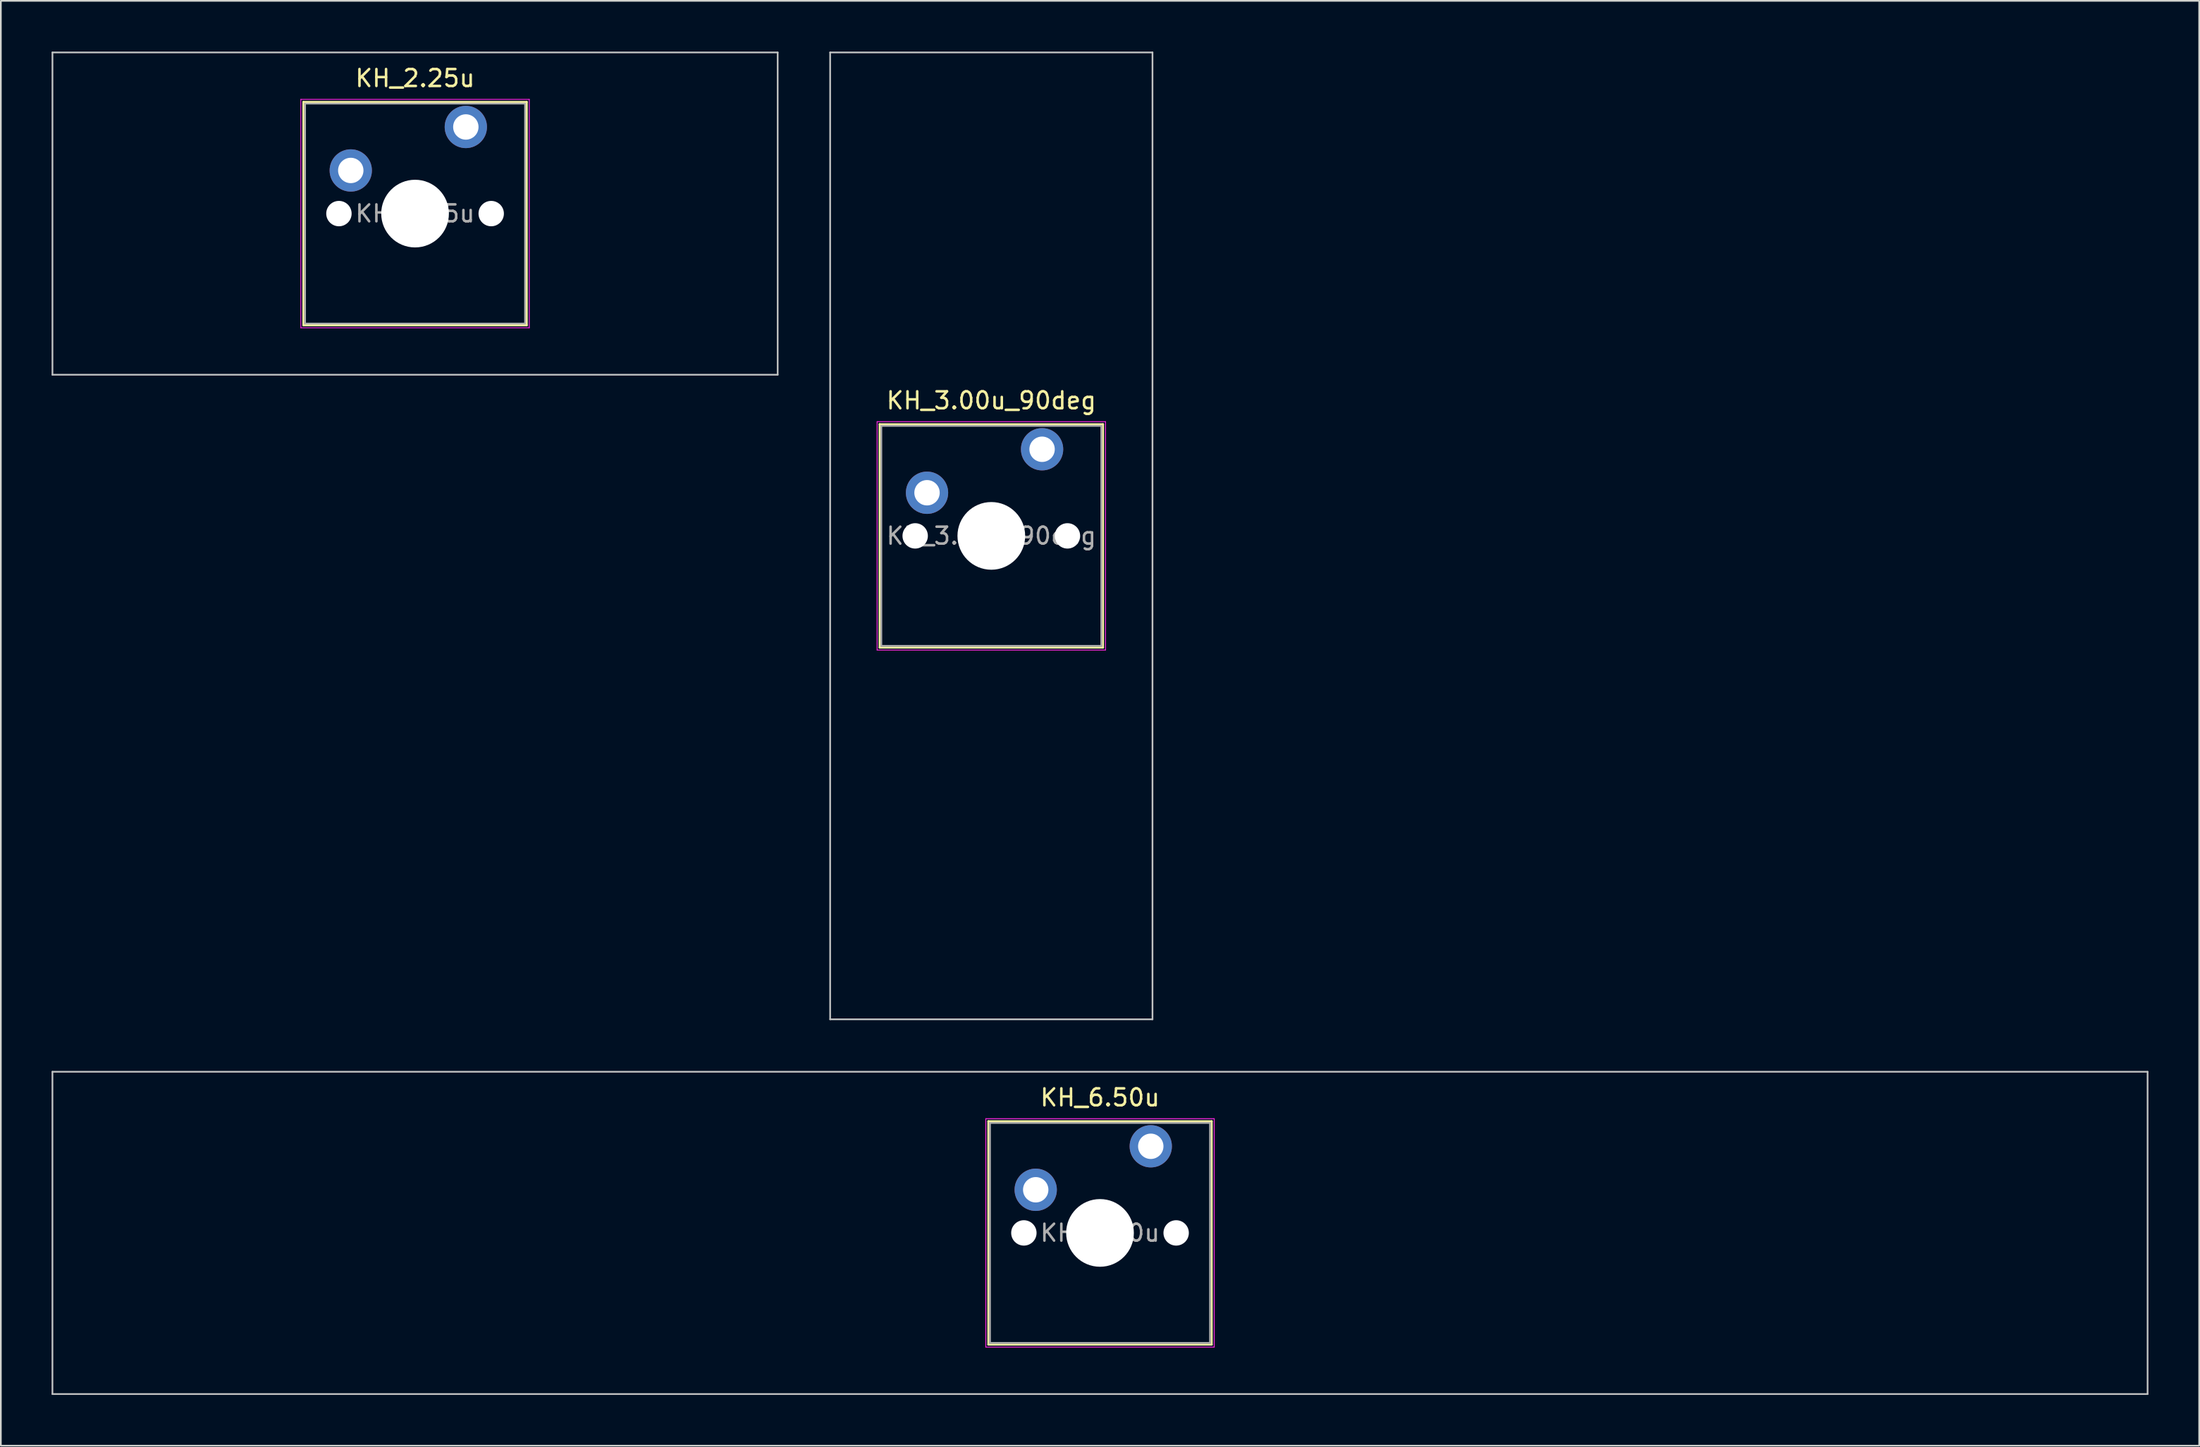
<source format=kicad_pcb>
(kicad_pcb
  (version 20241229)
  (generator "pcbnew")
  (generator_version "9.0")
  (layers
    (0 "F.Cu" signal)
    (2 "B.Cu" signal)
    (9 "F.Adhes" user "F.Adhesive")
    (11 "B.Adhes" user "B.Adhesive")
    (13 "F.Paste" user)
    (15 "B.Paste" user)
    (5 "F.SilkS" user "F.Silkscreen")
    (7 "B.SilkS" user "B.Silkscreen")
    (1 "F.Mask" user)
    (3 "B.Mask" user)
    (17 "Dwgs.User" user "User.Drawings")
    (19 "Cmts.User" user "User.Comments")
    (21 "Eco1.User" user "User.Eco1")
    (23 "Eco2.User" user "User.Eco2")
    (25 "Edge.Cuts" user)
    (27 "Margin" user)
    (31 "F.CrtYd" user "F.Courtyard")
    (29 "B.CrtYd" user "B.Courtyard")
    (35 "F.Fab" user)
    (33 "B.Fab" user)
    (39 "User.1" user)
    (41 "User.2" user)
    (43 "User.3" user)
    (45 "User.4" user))
  (footprint "KH_6.50u"
    (layer "F.Cu")
    (at 61.962 69.825)
    (property "Reference" "KH_6.50u" (at 0 -8 0) (layer "F.SilkS") (effects (font (size 1 1) (thickness 0.15))))
    (attr through_hole)
    (fp_line (start -6.6 -6.6) (end -6.6 6.6) (stroke (width 0.12) (type solid)) (layer "F.SilkS"))
    (fp_line (start -6.6 6.6) (end 6.6 6.6) (stroke (width 0.12) (type solid)) (layer "F.SilkS"))
    (fp_line (start 6.6 -6.6) (end -6.6 -6.6) (stroke (width 0.12) (type solid)) (layer "F.SilkS"))
    (fp_line (start 6.6 6.6) (end 6.6 -6.6) (stroke (width 0.12) (type solid)) (layer "F.SilkS"))
    (fp_line (start -61.913 -9.525) (end -61.913 9.525) (stroke (width 0.1) (type solid)) (layer "Dwgs.User"))
    (fp_line (start -61.913 9.525) (end 61.913 9.525) (stroke (width 0.1) (type solid)) (layer "Dwgs.User"))
    (fp_line (start 61.913 -9.525) (end -61.913 -9.525) (stroke (width 0.1) (type solid)) (layer "Dwgs.User"))
    (fp_line (start 61.913 9.525) (end 61.913 -9.525) (stroke (width 0.1) (type solid)) (layer "Dwgs.User"))
    (fp_line (start -6.1 -6.1) (end -6.1 6.1) (stroke (width 0.1) (type solid)) (layer "Eco1.User"))
    (fp_line (start -6.1 6.1) (end 6.1 6.1) (stroke (width 0.1) (type solid)) (layer "Eco1.User"))
    (fp_line (start 6.1 -6.1) (end -6.1 -6.1) (stroke (width 0.1) (type solid)) (layer "Eco1.User"))
    (fp_line (start 6.1 6.1) (end 6.1 -6.1) (stroke (width 0.1) (type solid)) (layer "Eco1.User"))
    (fp_line (start -6.75 -6.75) (end -6.75 6.75) (stroke (width 0.05) (type solid)) (layer "F.CrtYd"))
    (fp_line (start -6.75 6.75) (end 6.75 6.75) (stroke (width 0.05) (type solid)) (layer "F.CrtYd"))
    (fp_line (start 6.75 -6.75) (end -6.75 -6.75) (stroke (width 0.05) (type solid)) (layer "F.CrtYd"))
    (fp_line (start 6.75 6.75) (end 6.75 -6.75) (stroke (width 0.05) (type solid)) (layer "F.CrtYd"))
    (fp_line (start -6.5 -6.5) (end -6.5 6.5) (stroke (width 0.1) (type solid)) (layer "F.Fab"))
    (fp_line (start -6.5 6.5) (end 6.5 6.5) (stroke (width 0.1) (type solid)) (layer "F.Fab"))
    (fp_line (start 6.5 -6.5) (end -6.5 -6.5) (stroke (width 0.1) (type solid)) (layer "F.Fab"))
    (fp_line (start 6.5 6.5) (end 6.5 -6.5) (stroke (width 0.1) (type solid)) (layer "F.Fab"))
    (fp_text user "${REFERENCE}" (at 0 0 0) (layer "F.Fab") (effects (font (size 1 1) (thickness 0.15))))
    (pad "" np_thru_hole circle (at -4.5 0) (size 1.5 1.5) (drill 1.5) (layers "*.Cu" "*.Mask"))
    (pad "" np_thru_hole circle (at 0 0) (size 4 4) (drill 4) (layers "*.Cu" "*.Mask"))
    (pad "" np_thru_hole circle (at 4.5 0) (size 1.5 1.5) (drill 1.5) (layers "*.Cu" "*.Mask"))
    (pad "1" thru_hole circle (at -3.8 -2.55) (size 2.5 2.5) (drill 1.5) (layers "*.Cu" "*.Mask"))
    (pad "2" thru_hole circle (at 3 -5.12) (size 2.5 2.5) (drill 1.5) (layers "*.Cu" "*.Mask")))
  (footprint "KH_2.25u"
    (layer "F.Cu")
    (at 21.481 9.575)
    (property "Reference" "KH_2.25u" (at 0 -8 0) (layer "F.SilkS") (effects (font (size 1 1) (thickness 0.15))))
    (attr through_hole)
    (fp_line (start -6.6 -6.6) (end -6.6 6.6) (stroke (width 0.12) (type solid)) (layer "F.SilkS"))
    (fp_line (start -6.6 6.6) (end 6.6 6.6) (stroke (width 0.12) (type solid)) (layer "F.SilkS"))
    (fp_line (start 6.6 -6.6) (end -6.6 -6.6) (stroke (width 0.12) (type solid)) (layer "F.SilkS"))
    (fp_line (start 6.6 6.6) (end 6.6 -6.6) (stroke (width 0.12) (type solid)) (layer "F.SilkS"))
    (fp_line (start -21.431 -9.525) (end -21.431 9.525) (stroke (width 0.1) (type solid)) (layer "Dwgs.User"))
    (fp_line (start -21.431 9.525) (end 21.431 9.525) (stroke (width 0.1) (type solid)) (layer "Dwgs.User"))
    (fp_line (start 21.431 -9.525) (end -21.431 -9.525) (stroke (width 0.1) (type solid)) (layer "Dwgs.User"))
    (fp_line (start 21.431 9.525) (end 21.431 -9.525) (stroke (width 0.1) (type solid)) (layer "Dwgs.User"))
    (fp_line (start -6.1 -6.1) (end -6.1 6.1) (stroke (width 0.1) (type solid)) (layer "Eco1.User"))
    (fp_line (start -6.1 6.1) (end 6.1 6.1) (stroke (width 0.1) (type solid)) (layer "Eco1.User"))
    (fp_line (start 6.1 -6.1) (end -6.1 -6.1) (stroke (width 0.1) (type solid)) (layer "Eco1.User"))
    (fp_line (start 6.1 6.1) (end 6.1 -6.1) (stroke (width 0.1) (type solid)) (layer "Eco1.User"))
    (fp_line (start -6.75 -6.75) (end -6.75 6.75) (stroke (width 0.05) (type solid)) (layer "F.CrtYd"))
    (fp_line (start -6.75 6.75) (end 6.75 6.75) (stroke (width 0.05) (type solid)) (layer "F.CrtYd"))
    (fp_line (start 6.75 -6.75) (end -6.75 -6.75) (stroke (width 0.05) (type solid)) (layer "F.CrtYd"))
    (fp_line (start 6.75 6.75) (end 6.75 -6.75) (stroke (width 0.05) (type solid)) (layer "F.CrtYd"))
    (fp_line (start -6.5 -6.5) (end -6.5 6.5) (stroke (width 0.1) (type solid)) (layer "F.Fab"))
    (fp_line (start -6.5 6.5) (end 6.5 6.5) (stroke (width 0.1) (type solid)) (layer "F.Fab"))
    (fp_line (start 6.5 -6.5) (end -6.5 -6.5) (stroke (width 0.1) (type solid)) (layer "F.Fab"))
    (fp_line (start 6.5 6.5) (end 6.5 -6.5) (stroke (width 0.1) (type solid)) (layer "F.Fab"))
    (fp_text user "${REFERENCE}" (at 0 0 0) (layer "F.Fab") (effects (font (size 1 1) (thickness 0.15))))
    (pad "" np_thru_hole circle (at -4.5 0) (size 1.5 1.5) (drill 1.5) (layers "*.Cu" "*.Mask"))
    (pad "" np_thru_hole circle (at 0 0) (size 4 4) (drill 4) (layers "*.Cu" "*.Mask"))
    (pad "" np_thru_hole circle (at 4.5 0) (size 1.5 1.5) (drill 1.5) (layers "*.Cu" "*.Mask"))
    (pad "1" thru_hole circle (at -3.8 -2.55) (size 2.5 2.5) (drill 1.5) (layers "*.Cu" "*.Mask"))
    (pad "2" thru_hole circle (at 3 -5.12) (size 2.5 2.5) (drill 1.5) (layers "*.Cu" "*.Mask")))
  (footprint "KH_3.00u_90deg"
    (layer "F.Cu")
    (at 55.538 28.625)
    (property "Reference" "KH_3.00u_90deg" (at 0 -8 0) (layer "F.SilkS") (effects (font (size 1 1) (thickness 0.15))))
    (attr through_hole)
    (fp_line (start -6.6 -6.6) (end -6.6 6.6) (stroke (width 0.12) (type solid)) (layer "F.SilkS"))
    (fp_line (start -6.6 6.6) (end 6.6 6.6) (stroke (width 0.12) (type solid)) (layer "F.SilkS"))
    (fp_line (start 6.6 -6.6) (end -6.6 -6.6) (stroke (width 0.12) (type solid)) (layer "F.SilkS"))
    (fp_line (start 6.6 6.6) (end 6.6 -6.6) (stroke (width 0.12) (type solid)) (layer "F.SilkS"))
    (fp_line (start -9.525 -28.575) (end 9.525 -28.575) (stroke (width 0.1) (type solid)) (layer "Dwgs.User"))
    (fp_line (start -9.525 28.575) (end -9.525 -28.575) (stroke (width 0.1) (type solid)) (layer "Dwgs.User"))
    (fp_line (start 9.525 -28.575) (end 9.525 28.575) (stroke (width 0.1) (type solid)) (layer "Dwgs.User"))
    (fp_line (start 9.525 28.575) (end -9.525 28.575) (stroke (width 0.1) (type solid)) (layer "Dwgs.User"))
    (fp_line (start -6.1 -6.1) (end -6.1 6.1) (stroke (width 0.1) (type solid)) (layer "Eco1.User"))
    (fp_line (start -6.1 6.1) (end 6.1 6.1) (stroke (width 0.1) (type solid)) (layer "Eco1.User"))
    (fp_line (start 6.1 -6.1) (end -6.1 -6.1) (stroke (width 0.1) (type solid)) (layer "Eco1.User"))
    (fp_line (start 6.1 6.1) (end 6.1 -6.1) (stroke (width 0.1) (type solid)) (layer "Eco1.User"))
    (fp_line (start -6.75 -6.75) (end -6.75 6.75) (stroke (width 0.05) (type solid)) (layer "F.CrtYd"))
    (fp_line (start -6.75 6.75) (end 6.75 6.75) (stroke (width 0.05) (type solid)) (layer "F.CrtYd"))
    (fp_line (start 6.75 -6.75) (end -6.75 -6.75) (stroke (width 0.05) (type solid)) (layer "F.CrtYd"))
    (fp_line (start 6.75 6.75) (end 6.75 -6.75) (stroke (width 0.05) (type solid)) (layer "F.CrtYd"))
    (fp_line (start -6.5 -6.5) (end -6.5 6.5) (stroke (width 0.1) (type solid)) (layer "F.Fab"))
    (fp_line (start -6.5 6.5) (end 6.5 6.5) (stroke (width 0.1) (type solid)) (layer "F.Fab"))
    (fp_line (start 6.5 -6.5) (end -6.5 -6.5) (stroke (width 0.1) (type solid)) (layer "F.Fab"))
    (fp_line (start 6.5 6.5) (end 6.5 -6.5) (stroke (width 0.1) (type solid)) (layer "F.Fab"))
    (fp_text user "${REFERENCE}" (at 0 0 0) (layer "F.Fab") (effects (font (size 1 1) (thickness 0.15))))
    (pad "" np_thru_hole circle (at -4.5 0) (size 1.5 1.5) (drill 1.5) (layers "*.Cu" "*.Mask"))
    (pad "" np_thru_hole circle (at 0 0) (size 4 4) (drill 4) (layers "*.Cu" "*.Mask"))
    (pad "" np_thru_hole circle (at 4.5 0) (size 1.5 1.5) (drill 1.5) (layers "*.Cu" "*.Mask"))
    (pad "1" thru_hole circle (at -3.8 -2.55) (size 2.5 2.5) (drill 1.5) (layers "*.Cu" "*.Mask"))
    (pad "2" thru_hole circle (at 3 -5.12) (size 2.5 2.5) (drill 1.5) (layers "*.Cu" "*.Mask")))
  (gr_rect
    (start -3 -3)
    (end 126.925 82.4)
    (stroke (width 0.1) (type default))
    (fill no)
    (layer "Edge.Cuts")))
</source>
